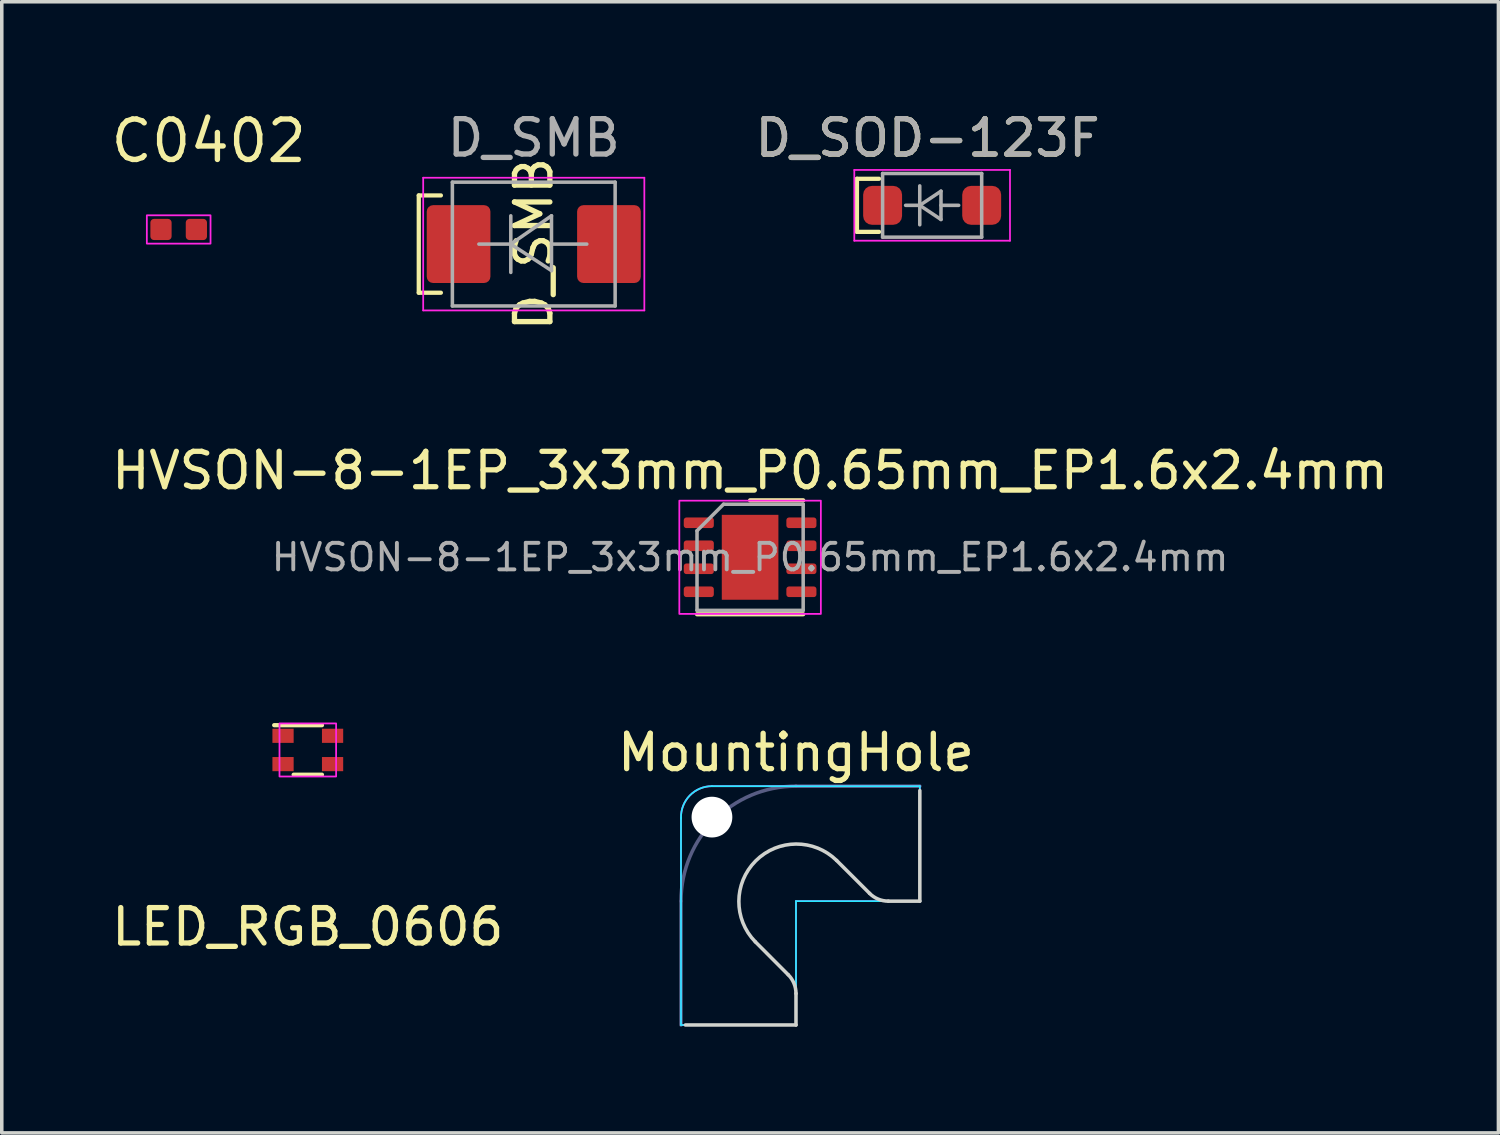
<source format=kicad_pcb>
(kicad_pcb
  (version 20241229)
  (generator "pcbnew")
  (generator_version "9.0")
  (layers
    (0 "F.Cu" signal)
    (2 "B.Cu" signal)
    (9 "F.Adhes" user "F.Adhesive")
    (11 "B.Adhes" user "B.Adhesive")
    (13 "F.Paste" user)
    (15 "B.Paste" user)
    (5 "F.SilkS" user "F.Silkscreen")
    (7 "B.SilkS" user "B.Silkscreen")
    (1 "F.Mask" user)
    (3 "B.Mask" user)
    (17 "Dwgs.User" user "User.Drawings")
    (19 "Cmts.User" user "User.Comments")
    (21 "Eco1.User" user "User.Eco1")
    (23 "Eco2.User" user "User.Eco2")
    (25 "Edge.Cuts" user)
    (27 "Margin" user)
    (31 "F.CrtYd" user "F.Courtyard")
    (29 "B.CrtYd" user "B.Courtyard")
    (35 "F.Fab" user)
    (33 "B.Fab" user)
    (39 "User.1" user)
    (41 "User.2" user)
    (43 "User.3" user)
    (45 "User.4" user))
  (footprint "D_SOD-123F"
    (layer "F.Cu")
    (at 23.294 2.753)
    (property "Reference" "D_SOD-123F" (at -0.127 -1.905 0) (layer "F.SilkS") (effects (font (size 1 1) (thickness 0.15))))
    (attr smd)
    (fp_line (start -2.125 -0.75) (end -2.125 0.75) (stroke (width 0.12) (type solid)) (layer "F.SilkS"))
    (fp_line (start -2.125 -0.75) (end -1.5 -0.75) (stroke (width 0.12) (type solid)) (layer "F.SilkS"))
    (fp_line (start -2.125 0.75) (end -1.5 0.75) (stroke (width 0.12) (type solid)) (layer "F.SilkS"))
    (fp_line (start -2.2 -1) (end -2.2 1) (stroke (width 0.05) (type solid)) (layer "F.CrtYd"))
    (fp_line (start -2.2 -1) (end 2.2 -1) (stroke (width 0.05) (type solid)) (layer "F.CrtYd"))
    (fp_line (start 2.2 -1) (end 2.2 1) (stroke (width 0.05) (type solid)) (layer "F.CrtYd"))
    (fp_line (start 2.2 1) (end -2.2 1) (stroke (width 0.05) (type solid)) (layer "F.CrtYd"))
    (fp_line (start -1.4 -0.9) (end 1.4 -0.9) (stroke (width 0.1) (type solid)) (layer "F.Fab"))
    (fp_line (start -1.4 0.9) (end -1.4 -0.9) (stroke (width 0.1) (type solid)) (layer "F.Fab"))
    (fp_line (start -0.75 0) (end -0.35 0) (stroke (width 0.1) (type solid)) (layer "F.Fab"))
    (fp_line (start -0.35 0) (end -0.35 -0.55) (stroke (width 0.1) (type solid)) (layer "F.Fab"))
    (fp_line (start -0.35 0) (end -0.35 0.55) (stroke (width 0.1) (type solid)) (layer "F.Fab"))
    (fp_line (start -0.35 0) (end 0.25 -0.4) (stroke (width 0.1) (type solid)) (layer "F.Fab"))
    (fp_line (start 0.25 -0.4) (end 0.25 0.4) (stroke (width 0.1) (type solid)) (layer "F.Fab"))
    (fp_line (start 0.25 0) (end 0.75 0) (stroke (width 0.1) (type solid)) (layer "F.Fab"))
    (fp_line (start 0.25 0.4) (end -0.35 0) (stroke (width 0.1) (type solid)) (layer "F.Fab"))
    (fp_line (start 1.4 -0.9) (end 1.4 0.9) (stroke (width 0.1) (type solid)) (layer "F.Fab"))
    (fp_line (start 1.4 0.9) (end -1.4 0.9) (stroke (width 0.1) (type solid)) (layer "F.Fab"))
    (fp_text user "${REFERENCE}" (at -0.127 -1.905 0) (layer "F.Fab") (effects (font (size 1 1) (thickness 0.15))))
    (pad "1" smd roundrect (at -1.4 0) (size 1.1 1.1) (layers "F.Cu" "F.Mask" "F.Paste") (roundrect_rratio 0.227))
    (pad "2" smd roundrect (at 1.4 0) (size 1.1 1.1) (layers "F.Cu" "F.Mask" "F.Paste") (roundrect_rratio 0.227)))
  (footprint "HVSON-8-1EP_3x3mm_P0.65mm_EP1.6x2.4mm"
    (layer "F.Cu")
    (at 18.149 12.7)
    (property "Reference" "HVSON-8-1EP_3x3mm_P0.65mm_EP1.6x2.4mm" (at 0 -2.45 0) (layer "F.SilkS") (effects (font (size 1 1) (thickness 0.15))))
    (attr smd)
    (fp_line (start -1.5 1.61) (end 1.5 1.61) (stroke (width 0.12) (type solid)) (layer "F.SilkS"))
    (fp_line (start 0 -1.61) (end 1.5 -1.61) (stroke (width 0.12) (type solid)) (layer "F.SilkS"))
    (fp_rect (start -2 -1.6) (end 2 1.6) (stroke (width 0.05) (type default)) (fill no) (layer "F.CrtYd"))
    (fp_line (start -1.5 -0.75) (end -0.75 -1.5) (stroke (width 0.1) (type solid)) (layer "F.Fab"))
    (fp_line (start -1.5 1.5) (end -1.5 -0.75) (stroke (width 0.1) (type solid)) (layer "F.Fab"))
    (fp_line (start -0.75 -1.5) (end 1.5 -1.5) (stroke (width 0.1) (type solid)) (layer "F.Fab"))
    (fp_line (start 1.5 -1.5) (end 1.5 1.5) (stroke (width 0.1) (type solid)) (layer "F.Fab"))
    (fp_line (start 1.5 1.5) (end -1.5 1.5) (stroke (width 0.1) (type solid)) (layer "F.Fab"))
    (fp_text user "${REFERENCE}" (at 0 0 0) (layer "F.Fab") (effects (font (size 0.75 0.75) (thickness 0.11))))
    (pad "" smd roundrect (at -0.4 -0.6) (size 0.64 0.97) (layers "F.Paste") (roundrect_rratio 0.25))
    (pad "" smd roundrect (at -0.4 0.6) (size 0.64 0.97) (layers "F.Paste") (roundrect_rratio 0.25))
    (pad "" smd roundrect (at 0.4 -0.6) (size 0.64 0.97) (layers "F.Paste") (roundrect_rratio 0.25))
    (pad "" smd roundrect (at 0.4 0.6) (size 0.64 0.97) (layers "F.Paste") (roundrect_rratio 0.25))
    (pad "1" smd roundrect (at -1.45 -0.975) (size 0.85 0.3) (layers "F.Cu" "F.Mask" "F.Paste") (roundrect_rratio 0.25))
    (pad "2" smd roundrect (at -1.45 -0.325) (size 0.85 0.3) (layers "F.Cu" "F.Mask" "F.Paste") (roundrect_rratio 0.25))
    (pad "3" smd roundrect (at -1.45 0.325) (size 0.85 0.3) (layers "F.Cu" "F.Mask" "F.Paste") (roundrect_rratio 0.25))
    (pad "4" smd roundrect (at -1.45 0.975) (size 0.85 0.3) (layers "F.Cu" "F.Mask" "F.Paste") (roundrect_rratio 0.25))
    (pad "5" smd roundrect (at 1.45 0.975) (size 0.85 0.3) (layers "F.Cu" "F.Mask" "F.Paste") (roundrect_rratio 0.25))
    (pad "6" smd roundrect (at 1.45 0.325) (size 0.85 0.3) (layers "F.Cu" "F.Mask" "F.Paste") (roundrect_rratio 0.25))
    (pad "7" smd roundrect (at 1.45 -0.325) (size 0.85 0.3) (layers "F.Cu" "F.Mask" "F.Paste") (roundrect_rratio 0.25))
    (pad "8" smd roundrect (at 1.45 -0.975) (size 0.85 0.3) (layers "F.Cu" "F.Mask" "F.Paste") (roundrect_rratio 0.25))
    (pad "9" smd rect (at 0 0) (size 1.6 2.4) (layers "F.Cu" "F.Mask")))
  (footprint "D_SMB"
    (layer "F.Cu")
    (at 12.035 3.848)
    (property "Reference" "D_SMB" (at 0 0 90) (layer "F.SilkS") (effects (font (size 1 1) (thickness 0.15))))
    (attr smd)
    (fp_line (start -3.25 -1.375) (end -2.625 -1.375) (stroke (width 0.12) (type default)) (layer "F.SilkS"))
    (fp_line (start -3.25 1.375) (end -3.25 -1.375) (stroke (width 0.12) (type default)) (layer "F.SilkS"))
    (fp_line (start -3.25 1.375) (end -2.625 1.375) (stroke (width 0.12) (type default)) (layer "F.SilkS"))
    (fp_line (start -3.125 -1.875) (end -3.125 1.875) (stroke (width 0.05) (type solid)) (layer "F.CrtYd"))
    (fp_line (start -3.125 -1.875) (end 3.125 -1.875) (stroke (width 0.05) (type solid)) (layer "F.CrtYd"))
    (fp_line (start 3.125 -1.875) (end 3.125 1.875) (stroke (width 0.05) (type solid)) (layer "F.CrtYd"))
    (fp_line (start 3.125 1.875) (end -3.125 1.875) (stroke (width 0.05) (type solid)) (layer "F.CrtYd"))
    (fp_line (start -2.3 1.75) (end -2.3 -1.75) (stroke (width 0.1) (type solid)) (layer "F.Fab"))
    (fp_line (start -0.649 -0.799) (end -0.649 0.801) (stroke (width 0.1) (type solid)) (layer "F.Fab"))
    (fp_line (start -0.649 0.001) (end -1.551 0.001) (stroke (width 0.1) (type solid)) (layer "F.Fab"))
    (fp_line (start -0.649 0.001) (end 0.501 -0.799) (stroke (width 0.1) (type solid)) (layer "F.Fab"))
    (fp_line (start -0.649 0.001) (end 0.501 0.75) (stroke (width 0.1) (type solid)) (layer "F.Fab"))
    (fp_line (start 0.501 0.001) (end 1.499 0.001) (stroke (width 0.1) (type solid)) (layer "F.Fab"))
    (fp_line (start 0.501 0.75) (end 0.501 -0.799) (stroke (width 0.1) (type solid)) (layer "F.Fab"))
    (fp_line (start 2.3 -1.75) (end -2.3 -1.75) (stroke (width 0.1) (type solid)) (layer "F.Fab"))
    (fp_line (start 2.3 -1.75) (end 2.3 1.75) (stroke (width 0.1) (type solid)) (layer "F.Fab"))
    (fp_line (start 2.3 1.75) (end -2.3 1.75) (stroke (width 0.1) (type solid)) (layer "F.Fab"))
    (fp_text user "${REFERENCE}" (at 0 -3 0) (layer "F.Fab") (effects (font (size 1 1) (thickness 0.15))))
    (pad "1" smd roundrect (at -2.125 0) (size 1.8 2.2) (layers "F.Cu" "F.Mask" "F.Paste") (roundrect_rratio 0.1))
    (pad "2" smd roundrect (at 2.125 0) (size 1.8 2.2) (layers "F.Cu" "F.Mask" "F.Paste") (roundrect_rratio 0.1)))
  (footprint "LED_RGB_0606"
    (layer "F.Cu")
    (at 5.649 18.145)
    (property "Reference" "LED_RGB_0606" (at 0 5 0) (unlocked yes) (layer "F.SilkS") (effects (font (size 1 1) (thickness 0.15))))
    (attr smd)
    (fp_line (start -0.4 0.7) (end 0.4 0.7) (stroke (width 0.12) (type default)) (layer "F.SilkS"))
    (fp_line (start 0.4 -0.7) (end -0.95 -0.7) (stroke (width 0.12) (type default)) (layer "F.SilkS"))
    (fp_rect (start -0.8 -0.75) (end 0.8 0.75) (stroke (width 0.05) (type default)) (fill no) (layer "F.CrtYd"))
    (pad "1" smd rect (at -0.7 -0.4 270) (size 0.4 0.6) (layers "F.Cu" "F.Mask" "F.Paste"))
    (pad "2" smd rect (at 0.7 -0.4 270) (size 0.4 0.6) (layers "F.Cu" "F.Mask" "F.Paste"))
    (pad "3" smd rect (at 0.7 0.4 270) (size 0.4 0.6) (layers "F.Cu" "F.Mask" "F.Paste"))
    (pad "4" smd rect (at -0.7 0.4 270) (size 0.4 0.6) (layers "F.Cu" "F.Mask" "F.Paste")))
  (footprint "MountingHole"
    (layer "F.Cu")
    (at 19.446 22.418)
    (property "Reference" "MountingHole" (at 0 -4.2 0) (layer "F.SilkS") (effects (font (size 1 1) (thickness 0.15))))
    (attr board_only exclude_from_pos_files exclude_from_bom)
    (fp_poly (pts (xy -3.125 3.5) (xy -3.125 -2.375) (xy -2.375 -3.125) (xy 3.5 -3.125) (xy 3.5 0) (xy 0 0) (xy 0 3.5)) (stroke (width 0) (type solid)) (fill yes) (layer "F.Mask"))
    (fp_poly (pts (xy -3.125 3.5) (xy -3.125 -2.375) (xy -2.375 -3.125) (xy 3.5 -3.125) (xy 3.5 0) (xy 0 0) (xy 0 3.5)) (stroke (width 0) (type solid)) (fill yes) (layer "B.Mask"))
    (fp_line (start -1.149 1.149) (end -0.22 2.08) (stroke (width 0.1) (type default)) (layer "Edge.Cuts"))
    (fp_line (start 0 2.61) (end 0 3.5) (stroke (width 0.1) (type default)) (layer "Edge.Cuts"))
    (fp_line (start 0 3.5) (end -3.125 3.5) (stroke (width 0.1) (type default)) (layer "Edge.Cuts"))
    (fp_line (start 1.149 -1.149) (end 2.08 -0.22) (stroke (width 0.1) (type default)) (layer "Edge.Cuts"))
    (fp_line (start 2.61 0) (end 3.5 0) (stroke (width 0.1) (type default)) (layer "Edge.Cuts"))
    (fp_line (start 3.5 0) (end 3.5 -3.125) (stroke (width 0.1) (type default)) (layer "Edge.Cuts"))
    (fp_arc (start -1.149049 1.149049) (mid -1.149049 -1.149049) (end 1.149049 -1.149049) (stroke (width 0.1) (type default)) (layer "Edge.Cuts"))
    (fp_arc (start -0.219671 2.07967) (mid -0.05709 2.322986) (end 0 2.61) (stroke (width 0.1) (type default)) (layer "Edge.Cuts"))
    (fp_arc (start 2.61 0) (mid 2.322985 -0.057088) (end 2.07967 -0.219671) (stroke (width 0.1) (type default)) (layer "Edge.Cuts"))
    (fp_line (start -3.25 3.5) (end -3.25 -2.35) (stroke (width 0.05) (type default)) (layer "B.CrtYd"))
    (fp_line (start -3.25 3.5) (end 0 3.5) (stroke (width 0.05) (type default)) (layer "B.CrtYd"))
    (fp_line (start 0 0) (end 3.5 0) (stroke (width 0.05) (type default)) (layer "B.CrtYd"))
    (fp_line (start 0 3.5) (end 0 0) (stroke (width 0.05) (type default)) (layer "B.CrtYd"))
    (fp_line (start 3.5 -3.25) (end -2.375 -3.25) (stroke (width 0.05) (type default)) (layer "B.CrtYd"))
    (fp_line (start 3.5 0) (end 3.5 -3.25) (stroke (width 0.05) (type default)) (layer "B.CrtYd"))
    (fp_arc (start -3.249643 -2.35001) (mid -3.002491 -2.984819) (end -2.375 -3.25) (stroke (width 0.05) (type default)) (layer "B.CrtYd"))
    (fp_line (start -3.25 3.5) (end -3.25 -2.35) (stroke (width 0.05) (type default)) (layer "F.CrtYd"))
    (fp_line (start -3.25 3.5) (end 0 3.5) (stroke (width 0.05) (type default)) (layer "F.CrtYd"))
    (fp_line (start 0 0) (end 3.5 0) (stroke (width 0.05) (type default)) (layer "F.CrtYd"))
    (fp_line (start 0 3.5) (end 0 0) (stroke (width 0.05) (type default)) (layer "F.CrtYd"))
    (fp_line (start 3.5 -3.25) (end -2.375 -3.25) (stroke (width 0.05) (type default)) (layer "F.CrtYd"))
    (fp_line (start 3.5 0) (end 3.5 -3.25) (stroke (width 0.05) (type default)) (layer "F.CrtYd"))
    (fp_arc (start -3.249643 -2.35001) (mid -3.002491 -2.984819) (end -2.375 -3.25) (stroke (width 0.05) (type default)) (layer "F.CrtYd"))
    (fp_line (start -3.25 3.5) (end -3.25 0) (stroke (width 0.1) (type default)) (layer "B.Fab"))
    (fp_line (start 0 -3.25) (end 3.5 -3.25) (stroke (width 0.1) (type default)) (layer "B.Fab"))
    (fp_arc (start -3.25 0) (mid -2.298097 -2.298097) (end 0 -3.25) (stroke (width 0.1) (type default)) (layer "B.Fab"))
    (pad "" np_thru_hole circle (at -2.375 -2.375) (size 1.152 1.152) (drill 1.152) (layers "*.Cu" "*.Mask"))
    (zone (net_name "") (layers "F.Cu" "F.Mask" "B.Cu" "B.Mask" "F.SilkS" "B.SilkS" "F.Adhes" "B.Adhes" "F.Paste" "B.Paste") (hatch edge 0.5) (connect_pads) (min_thickness 0.25) (filled_areas_thickness no) (keepout (tracks not_allowed) (vias not_allowed) (pads not_allowed) (copperpour not_allowed) (footprints allowed)) (placement (enabled no)) (fill) (polygon (pts (xy 19.446 25.918) (xy 19.446 22.418) (xy 22.946 22.418) (xy 22.946 19.168) (xy 17.071 19.168) (xy 17.071 19.293) (xy 17.696 19.668) (xy 17.696 20.043) (xy 17.571 20.543) (xy 16.989 20.668) (xy 16.696 20.668) (xy 16.321 20.043) (xy 16.196 20.043) (xy 16.196 25.918)))))
  (footprint "C0402"
    (layer "F.Cu")
    (at 2 3.435)
    (property "Reference" "C0402" (at -2 -2.5 0) (layer "F.SilkS") (effects (font (size 1.143 1.143) (thickness 0.152)) (justify left)))
    (attr smd)
    (fp_rect (start -0.9 -0.4) (end 0.9 0.4) (stroke (width 0.05) (type solid)) (fill no) (layer "F.CrtYd"))
    (pad "1" smd roundrect (at -0.5 0) (size 0.6 0.6) (layers "F.Cu" "F.Mask" "F.Paste") (roundrect_rratio 0.175))
    (pad "2" smd roundrect (at 0.5 0) (size 0.6 0.6) (layers "F.Cu" "F.Mask" "F.Paste") (roundrect_rratio 0.175)))
  (gr_rect
    (start -3 -3)
    (end 39.298 28.968)
    (stroke (width 0.1) (type default))
    (fill no)
    (layer "Edge.Cuts")))
</source>
